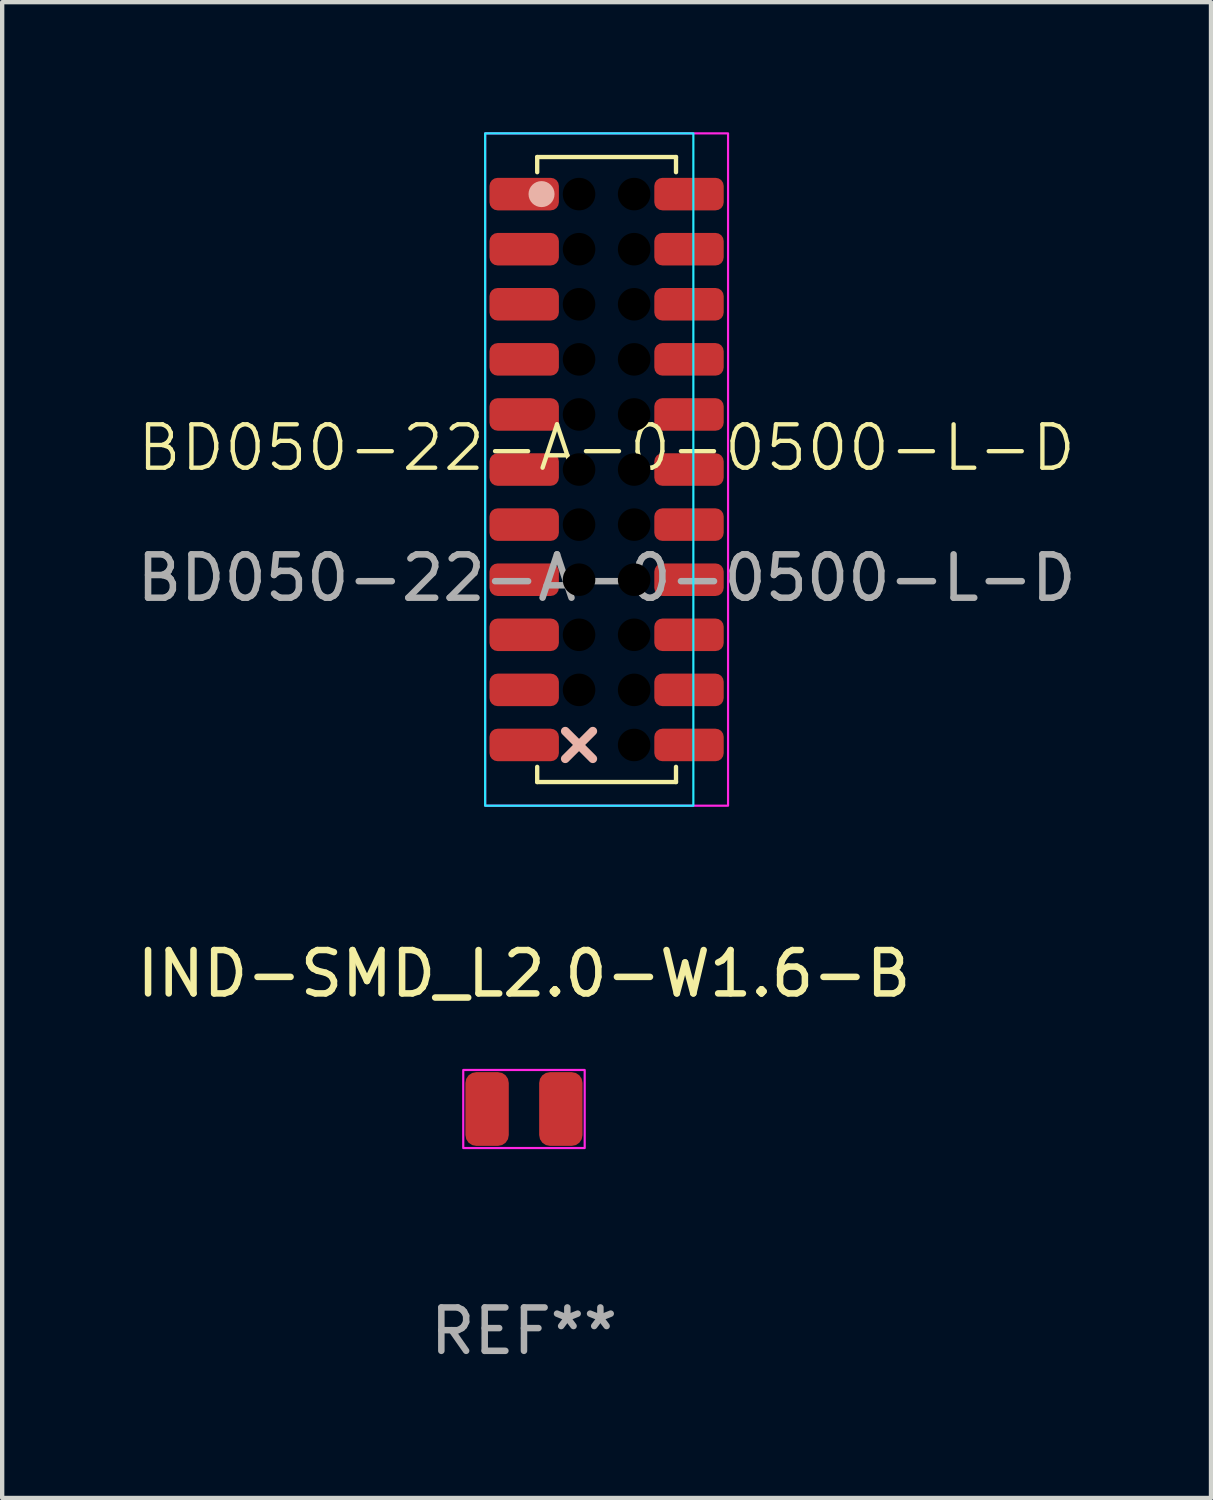
<source format=kicad_pcb>
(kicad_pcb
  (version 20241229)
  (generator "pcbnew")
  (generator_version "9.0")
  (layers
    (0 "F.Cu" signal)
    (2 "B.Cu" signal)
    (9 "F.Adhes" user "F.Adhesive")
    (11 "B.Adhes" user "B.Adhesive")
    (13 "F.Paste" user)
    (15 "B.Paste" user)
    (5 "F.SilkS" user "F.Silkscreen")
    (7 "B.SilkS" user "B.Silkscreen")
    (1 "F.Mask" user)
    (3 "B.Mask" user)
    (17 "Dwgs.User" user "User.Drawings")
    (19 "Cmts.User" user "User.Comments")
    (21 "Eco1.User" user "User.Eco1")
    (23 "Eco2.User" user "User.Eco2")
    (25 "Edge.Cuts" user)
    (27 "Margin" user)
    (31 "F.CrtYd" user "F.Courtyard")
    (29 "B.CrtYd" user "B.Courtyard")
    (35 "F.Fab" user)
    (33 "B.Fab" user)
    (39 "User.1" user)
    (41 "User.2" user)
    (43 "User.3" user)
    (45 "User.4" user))
  (footprint "IND-SMD_L2.0-W1.6-B"
    (layer "F.Cu")
    (at 9.03 22.518)
    (property "Reference" "IND-SMD_L2.0-W1.6-B" (at 0 -3.12 0) (layer "F.SilkS") (effects (font (size 1 1) (thickness 0.15))))
    (attr smd)
    (fp_rect (start -1.4 -0.9) (end 1.4 0.9) (stroke (width 0.05) (type default)) (fill no) (layer "F.CrtYd"))
    (fp_text user "REF**" (at 0 5.12 0) (layer "F.Fab") (effects (font (size 1 1) (thickness 0.15))))
    (pad "1" smd roundrect (at -0.85 0) (size 1 1.7) (layers "F.Cu" "F.Mask" "F.Paste") (roundrect_rratio 0.25))
    (pad "2" smd roundrect (at 0.85 0) (size 1 1.7) (layers "F.Cu" "F.Mask" "F.Paste") (roundrect_rratio 0.25)))
  (footprint "BD050-22-A-0-0500-L-D"
    (layer "F.Cu")
    (at 10.935 7.775)
    (property "Reference" "BD050-22-A-0-0500-L-D" (at 0 -0.5 0) (unlocked yes) (layer "F.SilkS") (effects (font (size 1 1) (thickness 0.1))))
    (attr smd)
    (fp_arc (start -0.635 5.08) (mid 0.263026 5.451974) (end 0.635 6.35) (stroke (width 1) (type solid)) (layer "B.Mask"))
    (fp_poly (pts (xy -0.635 -6.35) (xy 0.635 -6.35) (xy 0.635 6.35) (xy 0.635 5.08) (xy -0.635 5.08)) (stroke (width 1) (type solid)) (fill yes) (layer "B.Mask"))
    (fp_line (start -1.6 -7.205) (end -1.6 -6.855) (stroke (width 0.1) (type solid)) (layer "F.SilkS"))
    (fp_line (start -1.6 -7.205) (end 1.6 -7.205) (stroke (width 0.1) (type solid)) (layer "F.SilkS"))
    (fp_line (start -1.6 7.205) (end -1.6 6.855) (stroke (width 0.1) (type solid)) (layer "F.SilkS"))
    (fp_line (start 1.6 -7.205) (end 1.6 -6.855) (stroke (width 0.1) (type solid)) (layer "F.SilkS"))
    (fp_line (start 1.6 7.205) (end -1.6 7.205) (stroke (width 0.1) (type solid)) (layer "F.SilkS"))
    (fp_line (start 1.6 7.205) (end 1.6 6.855) (stroke (width 0.1) (type solid)) (layer "F.SilkS"))
    (fp_line (start -0.953 6.032) (end -0.318 6.668) (stroke (width 0.2) (type solid)) (layer "B.SilkS"))
    (fp_line (start -0.318 6.032) (end -0.953 6.668) (stroke (width 0.2) (type solid)) (layer "B.SilkS"))
    (fp_circle (center -1.5 -6.35) (end -1.2 -6.35) (stroke (width 0) (type solid)) (fill yes) (layer "B.SilkS"))
    (fp_rect (start -2.8 -7.75) (end 2 7.75) (stroke (width 0.05) (type solid)) (fill no) (layer "B.CrtYd"))
    (fp_rect (start -2.8 -7.75) (end 2.8 7.75) (stroke (width 0.05) (type solid)) (fill no) (layer "F.CrtYd"))
    (fp_text user "${REFERENCE}" (at 0 2.5 0) (unlocked yes) (layer "F.Fab") (effects (font (size 1 1) (thickness 0.15))))
    (pad "" np_thru_hole circle (at -0.635 -6.35) (size 1 1) (drill 0.75) (layers "B.Mask"))
    (pad "" np_thru_hole circle (at -0.635 -5.08) (size 1 1) (drill 0.75) (layers "B.Mask"))
    (pad "" np_thru_hole circle (at -0.635 -3.81) (size 1 1) (drill 0.75) (layers "B.Mask"))
    (pad "" np_thru_hole circle (at -0.635 -2.54) (size 1 1) (drill 0.75) (layers "B.Mask"))
    (pad "" np_thru_hole circle (at -0.635 -1.27) (size 1 1) (drill 0.75) (layers "B.Mask"))
    (pad "" np_thru_hole circle (at -0.635 0) (size 1 1) (drill 0.75) (layers "B.Mask"))
    (pad "" np_thru_hole circle (at -0.635 1.27) (size 1 1) (drill 0.75) (layers "B.Mask"))
    (pad "" np_thru_hole circle (at -0.635 2.54) (size 1 1) (drill 0.75) (layers "B.Mask"))
    (pad "" np_thru_hole circle (at -0.635 3.81) (size 1 1) (drill 0.75) (layers "B.Mask"))
    (pad "" np_thru_hole circle (at -0.635 5.08) (size 1 1) (drill 0.75) (layers "B.Mask"))
    (pad "" np_thru_hole circle (at 0.635 -6.35) (size 1 1) (drill 0.75) (layers "B.Mask"))
    (pad "" np_thru_hole circle (at 0.635 -5.08) (size 1 1) (drill 0.75) (layers "B.Mask"))
    (pad "" np_thru_hole circle (at 0.635 -3.81) (size 1 1) (drill 0.75) (layers "B.Mask"))
    (pad "" np_thru_hole circle (at 0.635 -2.54) (size 1 1) (drill 0.75) (layers "B.Mask"))
    (pad "" np_thru_hole circle (at 0.635 -1.27) (size 1 1) (drill 0.75) (layers "B.Mask"))
    (pad "" np_thru_hole circle (at 0.635 0) (size 1 1) (drill 0.75) (layers "B.Mask"))
    (pad "" np_thru_hole circle (at 0.635 1.27) (size 1 1) (drill 0.75) (layers "B.Mask"))
    (pad "" np_thru_hole circle (at 0.635 2.54) (size 1 1) (drill 0.75) (layers "B.Mask"))
    (pad "" np_thru_hole circle (at 0.635 3.81) (size 1 1) (drill 0.75) (layers "B.Mask"))
    (pad "" np_thru_hole circle (at 0.635 5.08) (size 1 1) (drill 0.75) (layers "B.Mask"))
    (pad "" np_thru_hole circle (at 0.635 6.35) (size 1 1) (drill 0.75) (layers "B.Mask"))
    (pad "1" smd roundrect (at -1.9 -6.35 180) (size 1.6 0.75) (layers "F.Cu" "F.Mask" "F.Paste") (roundrect_rratio 0.25))
    (pad "2" smd roundrect (at -1.9 -5.08 180) (size 1.6 0.75) (layers "F.Cu" "F.Mask" "F.Paste") (roundrect_rratio 0.25))
    (pad "3" smd roundrect (at -1.9 -3.81 180) (size 1.6 0.75) (layers "F.Cu" "F.Mask" "F.Paste") (roundrect_rratio 0.25))
    (pad "4" smd roundrect (at -1.9 -2.54 180) (size 1.6 0.75) (layers "F.Cu" "F.Mask" "F.Paste") (roundrect_rratio 0.25))
    (pad "5" smd roundrect (at -1.9 -1.27 180) (size 1.6 0.75) (layers "F.Cu" "F.Mask" "F.Paste") (roundrect_rratio 0.25))
    (pad "6" smd roundrect (at -1.9 0 180) (size 1.6 0.75) (layers "F.Cu" "F.Mask" "F.Paste") (roundrect_rratio 0.25))
    (pad "7" smd roundrect (at -1.9 1.27 180) (size 1.6 0.75) (layers "F.Cu" "F.Mask" "F.Paste") (roundrect_rratio 0.25))
    (pad "8" smd roundrect (at -1.9 2.54 180) (size 1.6 0.75) (layers "F.Cu" "F.Mask" "F.Paste") (roundrect_rratio 0.25))
    (pad "9" smd roundrect (at -1.9 3.81 180) (size 1.6 0.75) (layers "F.Cu" "F.Mask" "F.Paste") (roundrect_rratio 0.25))
    (pad "10" smd roundrect (at -1.9 5.08 180) (size 1.6 0.75) (layers "F.Cu" "F.Mask" "F.Paste") (roundrect_rratio 0.25))
    (pad "11" smd roundrect (at -1.9 6.35 180) (size 1.6 0.75) (layers "F.Cu" "F.Mask" "F.Paste") (roundrect_rratio 0.25))
    (pad "12" smd roundrect (at 1.9 6.35 180) (size 1.6 0.75) (layers "F.Cu" "F.Mask" "F.Paste") (roundrect_rratio 0.25))
    (pad "13" smd roundrect (at 1.9 5.08 180) (size 1.6 0.75) (layers "F.Cu" "F.Mask" "F.Paste") (roundrect_rratio 0.25))
    (pad "14" smd roundrect (at 1.9 3.81 180) (size 1.6 0.75) (layers "F.Cu" "F.Mask" "F.Paste") (roundrect_rratio 0.25))
    (pad "15" smd roundrect (at 1.9 2.54 180) (size 1.6 0.75) (layers "F.Cu" "F.Mask" "F.Paste") (roundrect_rratio 0.25))
    (pad "16" smd roundrect (at 1.9 1.27 180) (size 1.6 0.75) (layers "F.Cu" "F.Mask" "F.Paste") (roundrect_rratio 0.25))
    (pad "17" smd roundrect (at 1.9 0 180) (size 1.6 0.75) (layers "F.Cu" "F.Mask" "F.Paste") (roundrect_rratio 0.25))
    (pad "18" smd roundrect (at 1.9 -1.27 180) (size 1.6 0.75) (layers "F.Cu" "F.Mask" "F.Paste") (roundrect_rratio 0.25))
    (pad "19" smd roundrect (at 1.9 -2.54 180) (size 1.6 0.75) (layers "F.Cu" "F.Mask" "F.Paste") (roundrect_rratio 0.25))
    (pad "20" smd roundrect (at 1.9 -3.81 180) (size 1.6 0.75) (layers "F.Cu" "F.Mask" "F.Paste") (roundrect_rratio 0.25))
    (pad "21" smd roundrect (at 1.9 -5.08 180) (size 1.6 0.75) (layers "F.Cu" "F.Mask" "F.Paste") (roundrect_rratio 0.25))
    (pad "22" smd roundrect (at 1.9 -6.35 180) (size 1.6 0.75) (layers "F.Cu" "F.Mask" "F.Paste") (roundrect_rratio 0.25))
    (zone (net_name "") (layer "B.Cu") (hatch edge 0.5) (connect_pads) (min_thickness 0.25) (filled_areas_thickness no) (keepout (tracks not_allowed) (vias not_allowed) (pads not_allowed) (copperpour not_allowed) (footprints allowed)) (placement (enabled no)) (fill) (polygon (pts (xy 10.795 14.06) (xy 10.761 13.934) (xy 10.696 13.821) (xy 10.604 13.728) (xy 10.491 13.663) (xy 10.365 13.629) (xy 10.234 13.629) (xy 10.108 13.663) (xy 9.995 13.728) (xy 9.903 13.821) (xy 9.838 13.934) (xy 9.804 14.06) (xy 9.804 14.19) (xy 9.838 14.316) (xy 9.903 14.429) (xy 9.995 14.522) (xy 10.108 14.587) (xy 10.234 14.621) (xy 10.365 14.621) (xy 10.491 14.587) (xy 10.604 14.522) (xy 10.696 14.429) (xy 10.761 14.316) (xy 10.795 14.19))))
    (zone (net_name "") (layer "B.Cu") (hatch edge 0.5) (connect_pads) (min_thickness 0.25) (filled_areas_thickness no) (keepout (tracks not_allowed) (vias not_allowed) (pads not_allowed) (copperpour not_allowed) (footprints allowed)) (placement (enabled no)) (fill) (polygon (pts (xy 11.635 0.929) (xy 11.761 0.963) (xy 11.874 1.028) (xy 11.966 1.121) (xy 12.031 1.234) (xy 12.065 1.36) (xy 12.07 1.425) (xy 12.07 14.125) (xy 12.065 14.19) (xy 12.031 14.316) (xy 11.966 14.429) (xy 11.874 14.522) (xy 11.761 14.587) (xy 11.635 14.621) (xy 11.57 14.625) (xy 10.3 14.625) (xy 10.234 14.621) (xy 10.108 14.587) (xy 9.995 14.522) (xy 9.903 14.429) (xy 9.838 14.316) (xy 9.804 14.19) (xy 9.8 14.125) (xy 9.8 1.425) (xy 9.804 1.36) (xy 9.838 1.234) (xy 9.903 1.121) (xy 9.995 1.028) (xy 10.108 0.963) (xy 10.234 0.929) (xy 10.3 0.925) (xy 11.57 0.925)))))
  (gr_rect
    (start -3 -3)
    (end 24.869 31.486)
    (stroke (width 0.1) (type default))
    (fill no)
    (layer "Edge.Cuts")))
</source>
